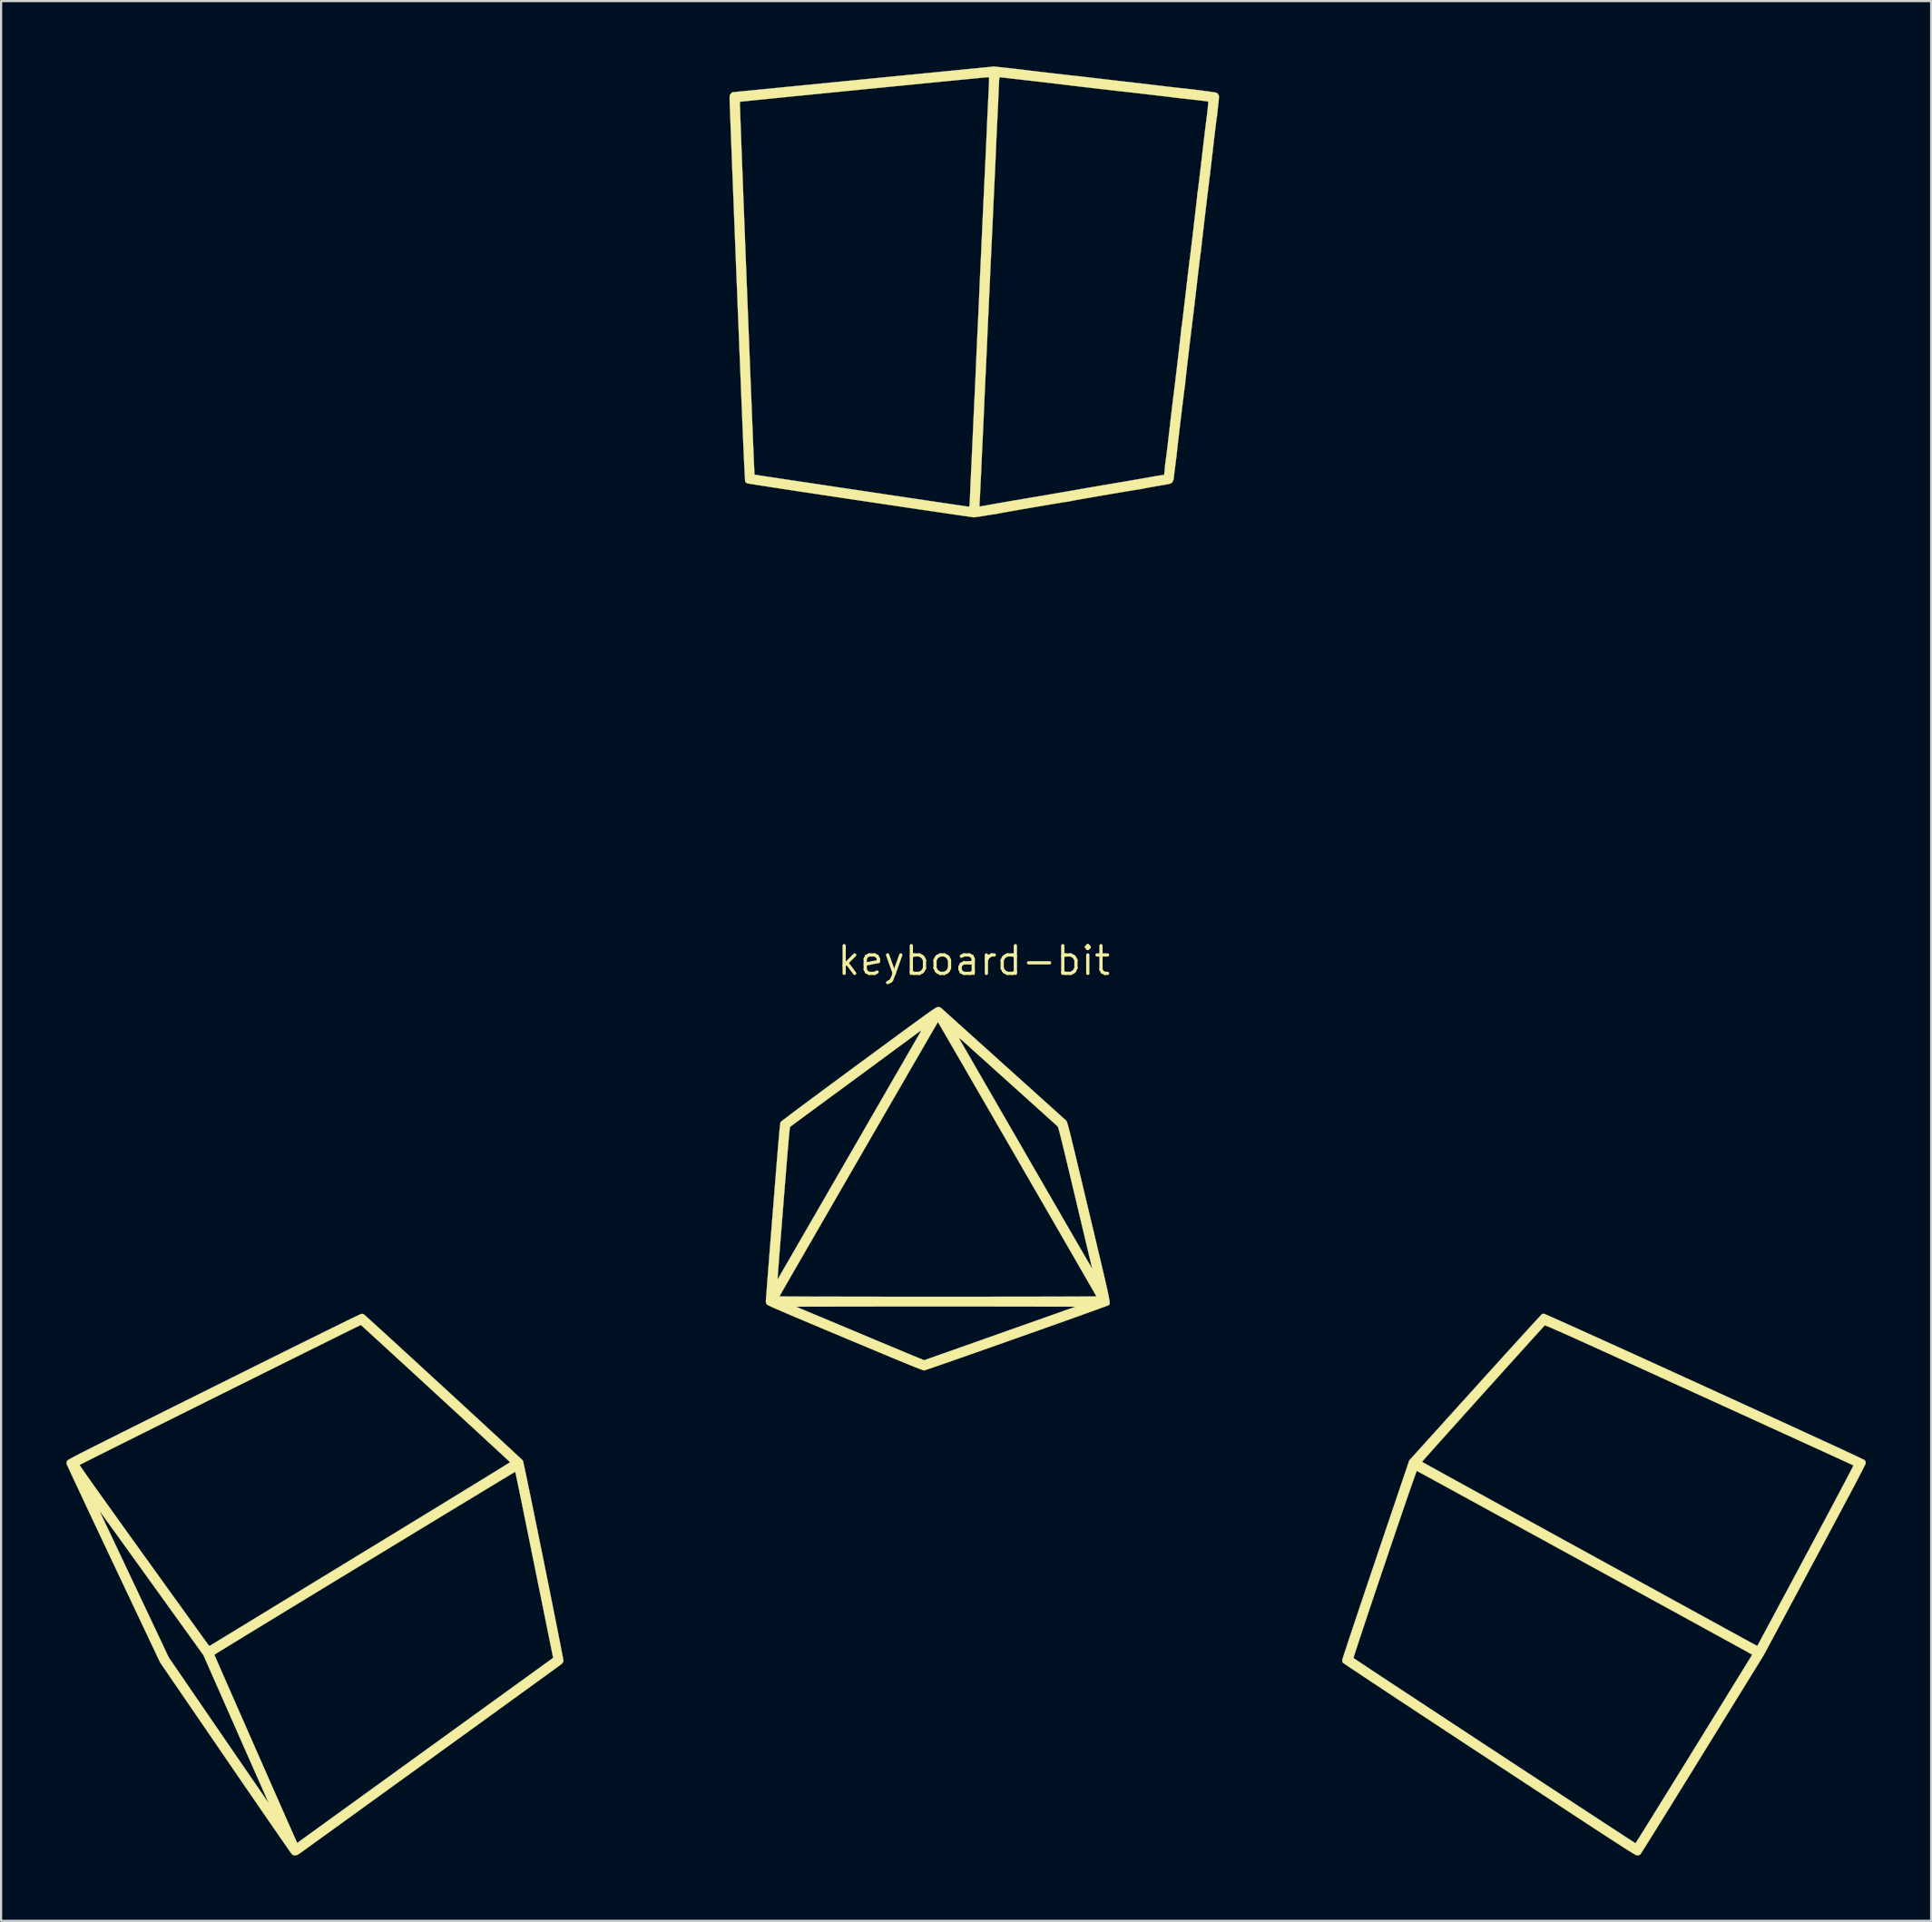
<source format=kicad_pcb>
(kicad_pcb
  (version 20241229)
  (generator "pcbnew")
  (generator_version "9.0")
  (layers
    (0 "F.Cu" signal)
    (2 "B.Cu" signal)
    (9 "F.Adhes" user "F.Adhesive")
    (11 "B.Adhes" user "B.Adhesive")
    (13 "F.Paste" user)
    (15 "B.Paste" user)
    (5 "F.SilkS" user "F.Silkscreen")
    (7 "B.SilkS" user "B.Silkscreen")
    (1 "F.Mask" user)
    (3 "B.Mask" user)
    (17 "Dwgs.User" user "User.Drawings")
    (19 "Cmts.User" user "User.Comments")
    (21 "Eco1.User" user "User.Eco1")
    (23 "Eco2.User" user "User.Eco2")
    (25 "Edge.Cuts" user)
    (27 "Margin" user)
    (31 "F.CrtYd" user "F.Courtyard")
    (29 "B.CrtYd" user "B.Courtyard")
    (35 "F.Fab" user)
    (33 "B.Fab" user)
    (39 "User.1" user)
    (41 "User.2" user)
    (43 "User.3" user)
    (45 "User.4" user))
  (footprint "keyboard-bit"
    (layer "F.Cu")
    (at 41.673 41.07)
    (property "Reference" "keyboard-bit" (at 0 0 0) (layer "F.SilkS") (effects (font (size 1.27 1.27) (thickness 0.15))))
    (attr through_hole)
    (fp_poly (pts (xy 26.209 16.222) (xy 26.27 16.248) (xy 26.367 16.29) (xy 26.497 16.347) (xy 26.66 16.419) (xy 26.852 16.505) (xy 27.074 16.604) (xy 27.322 16.716) (xy 27.596 16.839) (xy 27.894 16.974) (xy 28.215 17.119) (xy 28.556 17.273) (xy 28.916 17.436) (xy 29.293 17.607) (xy 29.686 17.785) (xy 30.093 17.97) (xy 30.513 18.161) (xy 30.944 18.357) (xy 31.384 18.557) (xy 31.832 18.761) (xy 32.285 18.968) (xy 32.744 19.177) (xy 33.205 19.387) (xy 33.667 19.598) (xy 34.129 19.809) (xy 34.588 20.019) (xy 35.045 20.228) (xy 35.495 20.434) (xy 35.939 20.637) (xy 36.375 20.836) (xy 36.8 21.031) (xy 37.214 21.221) (xy 37.614 21.404) (xy 37.999 21.581) (xy 38.367 21.751) (xy 38.718 21.912) (xy 39.048 22.064) (xy 39.357 22.206) (xy 39.643 22.338) (xy 39.904 22.459) (xy 40.138 22.568) (xy 40.345 22.665) (xy 40.522 22.747) (xy 40.668 22.816) (xy 40.781 22.87) (xy 40.86 22.908) (xy 40.902 22.93) (xy 40.91 22.935) (xy 40.95 23.011) (xy 40.958 23.064) (xy 40.954 23.08) (xy 40.941 23.11) (xy 40.921 23.157) (xy 40.89 23.22) (xy 40.85 23.302) (xy 40.798 23.403) (xy 40.736 23.525) (xy 40.661 23.669) (xy 40.574 23.836) (xy 40.474 24.027) (xy 40.359 24.243) (xy 40.231 24.486) (xy 40.087 24.757) (xy 39.927 25.057) (xy 39.752 25.387) (xy 39.559 25.749) (xy 39.348 26.143) (xy 39.12 26.571) (xy 38.872 27.033) (xy 38.615 27.513) (xy 36.273 31.888) (xy 33.458 36.449) (xy 33.209 36.852) (xy 32.966 37.247) (xy 32.729 37.63) (xy 32.499 38.001) (xy 32.278 38.358) (xy 32.067 38.7) (xy 31.865 39.025) (xy 31.675 39.331) (xy 31.497 39.617) (xy 31.332 39.882) (xy 31.182 40.124) (xy 31.046 40.341) (xy 30.927 40.532) (xy 30.824 40.695) (xy 30.74 40.83) (xy 30.674 40.933) (xy 30.628 41.004) (xy 30.603 41.042) (xy 30.599 41.047) (xy 30.537 41.075) (xy 30.459 41.083) (xy 30.449 41.082) (xy 30.438 41.079) (xy 30.422 41.073) (xy 30.402 41.065) (xy 30.376 41.052) (xy 30.344 41.034) (xy 30.303 41.011) (xy 30.254 40.982) (xy 30.195 40.947) (xy 30.125 40.903) (xy 30.043 40.852) (xy 29.948 40.792) (xy 29.838 40.722) (xy 29.713 40.642) (xy 29.572 40.551) (xy 29.414 40.449) (xy 29.237 40.334) (xy 29.041 40.207) (xy 28.824 40.065) (xy 28.586 39.91) (xy 28.325 39.739) (xy 28.04 39.553) (xy 27.731 39.35) (xy 27.395 39.13) (xy 27.033 38.892) (xy 26.643 38.636) (xy 26.224 38.361) (xy 25.774 38.066) (xy 25.294 37.75) (xy 24.781 37.414) (xy 24.235 37.055) (xy 23.665 36.68) (xy 23.175 36.358) (xy 22.695 36.043) (xy 22.226 35.734) (xy 21.768 35.433) (xy 21.324 35.14) (xy 20.894 34.857) (xy 20.479 34.583) (xy 20.082 34.321) (xy 19.702 34.07) (xy 19.341 33.832) (xy 19.001 33.607) (xy 18.682 33.396) (xy 18.386 33.2) (xy 18.114 33.02) (xy 17.867 32.856) (xy 17.647 32.709) (xy 17.454 32.581) (xy 17.29 32.471) (xy 17.156 32.381) (xy 17.053 32.311) (xy 16.983 32.263) (xy 16.946 32.236) (xy 16.94 32.231) (xy 16.92 32.174) (xy 16.913 32.12) (xy 16.92 32.095) (xy 16.939 32.031) (xy 16.942 32.021) (xy 17.434 32.021) (xy 17.453 32.035) (xy 17.506 32.071) (xy 17.592 32.128) (xy 17.708 32.206) (xy 17.853 32.303) (xy 18.026 32.417) (xy 18.225 32.549) (xy 18.449 32.698) (xy 18.697 32.861) (xy 18.966 33.039) (xy 19.255 33.23) (xy 19.563 33.433) (xy 19.889 33.647) (xy 20.23 33.872) (xy 20.585 34.105) (xy 20.953 34.347) (xy 21.332 34.597) (xy 21.72 34.852) (xy 22.117 35.113) (xy 22.52 35.378) (xy 22.929 35.647) (xy 23.341 35.918) (xy 23.755 36.19) (xy 24.17 36.462) (xy 24.583 36.734) (xy 24.995 37.004) (xy 25.402 37.271) (xy 25.804 37.534) (xy 26.198 37.793) (xy 26.585 38.047) (xy 26.961 38.293) (xy 27.326 38.532) (xy 27.677 38.763) (xy 28.015 38.984) (xy 28.336 39.194) (xy 28.639 39.392) (xy 28.923 39.578) (xy 29.187 39.75) (xy 29.429 39.908) (xy 29.647 40.05) (xy 29.839 40.176) (xy 30.006 40.284) (xy 30.143 40.373) (xy 30.252 40.443) (xy 30.329 40.492) (xy 30.373 40.52) (xy 30.384 40.526) (xy 30.397 40.508) (xy 30.431 40.455) (xy 30.485 40.369) (xy 30.559 40.252) (xy 30.651 40.106) (xy 30.76 39.931) (xy 30.886 39.729) (xy 31.027 39.502) (xy 31.183 39.252) (xy 31.352 38.979) (xy 31.534 38.686) (xy 31.727 38.374) (xy 31.931 38.045) (xy 32.144 37.701) (xy 32.366 37.342) (xy 32.596 36.97) (xy 32.833 36.587) (xy 33.075 36.195) (xy 33.076 36.194) (xy 33.318 35.801) (xy 33.554 35.419) (xy 33.783 35.047) (xy 34.005 34.688) (xy 34.217 34.344) (xy 34.42 34.015) (xy 34.612 33.703) (xy 34.793 33.41) (xy 34.961 33.138) (xy 35.115 32.888) (xy 35.254 32.661) (xy 35.379 32.459) (xy 35.486 32.284) (xy 35.576 32.138) (xy 35.648 32.021) (xy 35.701 31.935) (xy 35.733 31.882) (xy 35.744 31.864) (xy 35.744 31.864) (xy 35.723 31.853) (xy 35.667 31.822) (xy 35.577 31.772) (xy 35.454 31.704) (xy 35.301 31.62) (xy 35.117 31.519) (xy 34.905 31.403) (xy 34.667 31.272) (xy 34.404 31.128) (xy 34.117 30.97) (xy 33.808 30.801) (xy 33.478 30.62) (xy 33.129 30.428) (xy 32.762 30.227) (xy 32.379 30.017) (xy 31.981 29.799) (xy 31.57 29.574) (xy 31.147 29.342) (xy 30.714 29.105) (xy 30.273 28.863) (xy 29.824 28.617) (xy 29.369 28.368) (xy 28.91 28.117) (xy 28.448 27.864) (xy 27.985 27.61) (xy 27.522 27.356) (xy 27.06 27.104) (xy 26.602 26.853) (xy 26.149 26.604) (xy 25.701 26.359) (xy 25.262 26.119) (xy 24.831 25.883) (xy 24.411 25.653) (xy 24.003 25.43) (xy 23.609 25.214) (xy 23.23 25.006) (xy 22.867 24.808) (xy 22.523 24.619) (xy 22.198 24.441) (xy 21.894 24.275) (xy 21.613 24.121) (xy 21.355 23.981) (xy 21.124 23.854) (xy 20.919 23.742) (xy 20.743 23.646) (xy 20.596 23.566) (xy 20.481 23.503) (xy 20.4 23.459) (xy 20.352 23.433) (xy 20.34 23.427) (xy 20.331 23.446) (xy 20.309 23.503) (xy 20.275 23.595) (xy 20.23 23.721) (xy 20.174 23.879) (xy 20.109 24.065) (xy 20.035 24.278) (xy 19.953 24.515) (xy 19.863 24.775) (xy 19.767 25.055) (xy 19.665 25.352) (xy 19.559 25.665) (xy 19.447 25.992) (xy 19.332 26.329) (xy 19.215 26.675) (xy 19.095 27.028) (xy 18.974 27.385) (xy 18.853 27.745) (xy 18.731 28.104) (xy 18.611 28.461) (xy 18.492 28.813) (xy 18.376 29.158) (xy 18.263 29.494) (xy 18.154 29.819) (xy 18.05 30.131) (xy 17.952 30.426) (xy 17.859 30.704) (xy 17.774 30.961) (xy 17.696 31.196) (xy 17.627 31.406) (xy 17.568 31.589) (xy 17.518 31.743) (xy 17.479 31.865) (xy 17.452 31.954) (xy 17.437 32.006) (xy 17.434 32.021) (xy 16.942 32.021) (xy 16.971 31.93) (xy 17.015 31.795) (xy 17.07 31.627) (xy 17.136 31.428) (xy 17.211 31.2) (xy 17.296 30.944) (xy 17.39 30.663) (xy 17.492 30.358) (xy 17.601 30.031) (xy 17.717 29.684) (xy 17.84 29.319) (xy 17.968 28.937) (xy 18.102 28.541) (xy 18.24 28.131) (xy 18.382 27.711) (xy 18.452 27.503) (xy 19.971 23.011) (xy 20.578 23.011) (xy 20.597 23.022) (xy 20.651 23.052) (xy 20.74 23.102) (xy 20.861 23.169) (xy 21.013 23.253) (xy 21.195 23.353) (xy 21.405 23.469) (xy 21.641 23.6) (xy 21.903 23.744) (xy 22.189 23.901) (xy 22.497 24.071) (xy 22.825 24.252) (xy 23.173 24.443) (xy 23.539 24.644) (xy 23.92 24.854) (xy 24.317 25.072) (xy 24.727 25.298) (xy 25.149 25.53) (xy 25.581 25.767) (xy 26.022 26.009) (xy 26.47 26.256) (xy 26.924 26.505) (xy 27.382 26.757) (xy 27.844 27.01) (xy 28.307 27.264) (xy 28.769 27.518) (xy 29.23 27.772) (xy 29.688 28.023) (xy 30.142 28.272) (xy 30.589 28.517) (xy 31.029 28.759) (xy 31.46 28.995) (xy 31.88 29.226) (xy 32.288 29.45) (xy 32.683 29.666) (xy 33.063 29.875) (xy 33.427 30.074) (xy 33.772 30.263) (xy 34.098 30.442) (xy 34.403 30.609) (xy 34.686 30.764) (xy 34.945 30.905) (xy 35.178 31.033) (xy 35.384 31.146) (xy 35.563 31.243) (xy 35.711 31.324) (xy 35.828 31.387) (xy 35.912 31.433) (xy 35.962 31.459) (xy 35.976 31.467) (xy 35.986 31.448) (xy 36.015 31.394) (xy 36.063 31.306) (xy 36.127 31.185) (xy 36.208 31.034) (xy 36.305 30.854) (xy 36.416 30.647) (xy 36.541 30.414) (xy 36.679 30.157) (xy 36.828 29.878) (xy 36.988 29.579) (xy 37.159 29.26) (xy 37.339 28.925) (xy 37.527 28.574) (xy 37.722 28.209) (xy 37.924 27.832) (xy 38.131 27.445) (xy 38.194 27.328) (xy 38.403 26.938) (xy 38.606 26.557) (xy 38.803 26.189) (xy 38.993 25.833) (xy 39.174 25.492) (xy 39.347 25.168) (xy 39.509 24.862) (xy 39.661 24.576) (xy 39.801 24.312) (xy 39.929 24.071) (xy 40.042 23.855) (xy 40.142 23.666) (xy 40.226 23.505) (xy 40.294 23.374) (xy 40.345 23.275) (xy 40.378 23.209) (xy 40.392 23.179) (xy 40.392 23.177) (xy 40.372 23.167) (xy 40.314 23.14) (xy 40.221 23.097) (xy 40.093 23.038) (xy 39.933 22.964) (xy 39.74 22.876) (xy 39.517 22.774) (xy 39.265 22.659) (xy 38.985 22.53) (xy 38.679 22.39) (xy 38.348 22.239) (xy 37.993 22.077) (xy 37.616 21.904) (xy 37.217 21.723) (xy 36.8 21.532) (xy 36.364 21.333) (xy 35.911 21.126) (xy 35.442 20.912) (xy 34.959 20.692) (xy 34.464 20.466) (xy 33.957 20.234) (xy 33.44 19.998) (xy 33.309 19.939) (xy 32.677 19.651) (xy 32.082 19.38) (xy 31.524 19.125) (xy 31.001 18.887) (xy 30.512 18.664) (xy 30.056 18.457) (xy 29.633 18.264) (xy 29.24 18.085) (xy 28.877 17.921) (xy 28.543 17.769) (xy 28.236 17.63) (xy 27.956 17.503) (xy 27.702 17.389) (xy 27.472 17.285) (xy 27.265 17.192) (xy 27.081 17.11) (xy 26.918 17.037) (xy 26.775 16.974) (xy 26.651 16.92) (xy 26.545 16.874) (xy 26.456 16.835) (xy 26.383 16.805) (xy 26.325 16.781) (xy 26.28 16.763) (xy 26.248 16.752) (xy 26.227 16.746) (xy 26.217 16.745) (xy 26.215 16.746) (xy 26.171 16.793) (xy 26.103 16.868) (xy 26.011 16.969) (xy 25.897 17.094) (xy 25.763 17.241) (xy 25.612 17.409) (xy 25.443 17.595) (xy 25.26 17.798) (xy 25.063 18.016) (xy 24.854 18.248) (xy 24.635 18.49) (xy 24.408 18.742) (xy 24.174 19.002) (xy 23.935 19.267) (xy 23.692 19.537) (xy 23.447 19.809) (xy 23.202 20.081) (xy 22.959 20.352) (xy 22.718 20.62) (xy 22.482 20.882) (xy 22.252 21.138) (xy 22.031 21.385) (xy 21.818 21.621) (xy 21.617 21.846) (xy 21.429 22.055) (xy 21.255 22.249) (xy 21.098 22.426) (xy 20.958 22.582) (xy 20.837 22.717) (xy 20.738 22.829) (xy 20.661 22.916) (xy 20.608 22.976) (xy 20.582 23.007) (xy 20.578 23.011) (xy 19.971 23.011) (xy 19.992 22.948) (xy 23.024 19.594) (xy 23.315 19.271) (xy 23.599 18.957) (xy 23.875 18.653) (xy 24.141 18.36) (xy 24.395 18.079) (xy 24.637 17.813) (xy 24.865 17.562) (xy 25.078 17.328) (xy 25.274 17.112) (xy 25.452 16.917) (xy 25.611 16.743) (xy 25.75 16.591) (xy 25.867 16.464) (xy 25.96 16.363) (xy 26.029 16.288) (xy 26.073 16.242) (xy 26.089 16.227) (xy 26.135 16.217) (xy 26.184 16.214) (xy 26.209 16.222)) (stroke (width 0.01) (type solid)) (fill yes) (layer "F.SilkS"))
    (fp_poly (pts (xy -28.057 16.224) (xy -28.011 16.241) (xy -27.99 16.258) (xy -27.941 16.302) (xy -27.863 16.372) (xy -27.76 16.465) (xy -27.632 16.582) (xy -27.481 16.719) (xy -27.31 16.875) (xy -27.119 17.05) (xy -26.91 17.241) (xy -26.685 17.447) (xy -26.446 17.666) (xy -26.195 17.896) (xy -25.932 18.137) (xy -25.66 18.386) (xy -25.381 18.643) (xy -25.096 18.905) (xy -24.806 19.171) (xy -24.514 19.44) (xy -24.221 19.709) (xy -23.929 19.978) (xy -23.639 20.244) (xy -23.354 20.507) (xy -23.074 20.765) (xy -22.802 21.015) (xy -22.539 21.258) (xy -22.287 21.49) (xy -22.047 21.711) (xy -21.822 21.919) (xy -21.613 22.113) (xy -21.421 22.29) (xy -21.248 22.45) (xy -21.097 22.591) (xy -20.968 22.711) (xy -20.863 22.808) (xy -20.784 22.882) (xy -20.733 22.931) (xy -20.712 22.952) (xy -20.711 22.953) (xy -20.704 22.979) (xy -20.688 23.044) (xy -20.665 23.146) (xy -20.636 23.283) (xy -20.6 23.452) (xy -20.558 23.651) (xy -20.51 23.878) (xy -20.458 24.13) (xy -20.401 24.405) (xy -20.34 24.701) (xy -20.275 25.016) (xy -20.207 25.346) (xy -20.137 25.691) (xy -20.064 26.047) (xy -19.989 26.413) (xy -19.914 26.786) (xy -19.837 27.163) (xy -19.76 27.543) (xy -19.684 27.922) (xy -19.607 28.3) (xy -19.532 28.673) (xy -19.459 29.039) (xy -19.387 29.397) (xy -19.318 29.742) (xy -19.252 30.074) (xy -19.189 30.39) (xy -19.13 30.688) (xy -19.075 30.965) (xy -19.025 31.219) (xy -18.98 31.448) (xy -18.941 31.65) (xy -18.909 31.822) (xy -18.882 31.961) (xy -18.863 32.066) (xy -18.852 32.135) (xy -18.848 32.164) (xy -18.848 32.164) (xy -18.872 32.224) (xy -18.914 32.279) (xy -18.918 32.283) (xy -18.94 32.3) (xy -18.996 32.341) (xy -19.085 32.406) (xy -19.208 32.496) (xy -19.362 32.608) (xy -19.549 32.744) (xy -19.768 32.903) (xy -20.018 33.084) (xy -20.299 33.288) (xy -20.61 33.513) (xy -20.951 33.76) (xy -21.321 34.029) (xy -21.721 34.318) (xy -22.149 34.628) (xy -22.605 34.958) (xy -23.089 35.308) (xy -23.601 35.678) (xy -24.139 36.067) (xy -24.703 36.475) (xy -25.293 36.902) (xy -25.909 37.347) (xy -26.55 37.81) (xy -27.216 38.291) (xy -27.906 38.79) (xy -28.619 39.305) (xy -29.356 39.838) (xy -30.116 40.386) (xy -30.765 40.856) (xy -30.879 40.938) (xy -30.966 40.997) (xy -31.03 41.039) (xy -31.079 41.064) (xy -31.117 41.078) (xy -31.152 41.084) (xy -31.171 41.084) (xy -31.257 41.072) (xy -31.314 41.037) (xy -31.331 41.015) (xy -31.37 40.96) (xy -31.432 40.874) (xy -31.514 40.756) (xy -31.616 40.61) (xy -31.736 40.436) (xy -31.874 40.237) (xy -32.029 40.012) (xy -32.2 39.765) (xy -32.385 39.497) (xy -32.584 39.208) (xy -32.795 38.901) (xy -33.018 38.577) (xy -33.251 38.238) (xy -33.494 37.885) (xy -33.745 37.519) (xy -34.003 37.142) (xy -34.268 36.756) (xy -34.369 36.608) (xy -37.37 32.226) (xy -39.513 27.692) (xy -39.709 27.278) (xy -39.901 26.873) (xy -40.086 26.479) (xy -40.265 26.099) (xy -40.438 25.734) (xy -40.602 25.385) (xy -40.649 25.285) (xy -40.143 25.285) (xy -40.131 25.316) (xy -40.126 25.326) (xy -40.114 25.352) (xy -40.084 25.414) (xy -40.039 25.51) (xy -39.978 25.638) (xy -39.903 25.797) (xy -39.814 25.984) (xy -39.713 26.197) (xy -39.601 26.435) (xy -39.478 26.695) (xy -39.345 26.975) (xy -39.204 27.273) (xy -39.056 27.588) (xy -38.9 27.917) (xy -38.739 28.258) (xy -38.573 28.61) (xy -38.534 28.691) (xy -36.974 31.993) (xy -34.686 35.332) (xy -34.453 35.671) (xy -34.228 36.001) (xy -34.009 36.319) (xy -33.8 36.624) (xy -33.6 36.915) (xy -33.412 37.189) (xy -33.235 37.446) (xy -33.072 37.683) (xy -32.924 37.899) (xy -32.791 38.092) (xy -32.676 38.26) (xy -32.578 38.402) (xy -32.499 38.515) (xy -32.441 38.599) (xy -32.404 38.652) (xy -32.39 38.671) (xy -32.39 38.672) (xy -32.391 38.658) (xy -32.395 38.651) (xy -32.405 38.629) (xy -32.431 38.571) (xy -32.472 38.479) (xy -32.528 38.353) (xy -32.597 38.197) (xy -32.68 38.011) (xy -32.773 37.799) (xy -32.878 37.562) (xy -32.993 37.303) (xy -33.117 37.022) (xy -33.249 36.722) (xy -33.389 36.406) (xy -33.536 36.074) (xy -33.688 35.729) (xy -33.844 35.374) (xy -33.895 35.259) (xy -35.382 31.888) (xy -35.396 31.868) (xy -34.879 31.868) (xy -34.871 31.887) (xy -34.847 31.943) (xy -34.808 32.034) (xy -34.755 32.157) (xy -34.688 32.31) (xy -34.608 32.491) (xy -34.518 32.698) (xy -34.417 32.929) (xy -34.306 33.182) (xy -34.186 33.454) (xy -34.059 33.743) (xy -33.925 34.048) (xy -33.786 34.367) (xy -33.641 34.696) (xy -33.492 35.034) (xy -33.341 35.379) (xy -33.187 35.728) (xy -33.032 36.08) (xy -32.877 36.433) (xy -32.722 36.784) (xy -32.57 37.131) (xy -32.42 37.472) (xy -32.273 37.805) (xy -32.131 38.127) (xy -31.994 38.438) (xy -31.864 38.733) (xy -31.741 39.013) (xy -31.626 39.273) (xy -31.52 39.513) (xy -31.424 39.729) (xy -31.34 39.92) (xy -31.267 40.084) (xy -31.207 40.219) (xy -31.161 40.322) (xy -31.135 40.382) (xy -31.075 40.515) (xy -30.931 40.41) (xy -30.903 40.39) (xy -30.841 40.346) (xy -30.748 40.278) (xy -30.625 40.189) (xy -30.473 40.079) (xy -30.293 39.949) (xy -30.086 39.799) (xy -29.854 39.632) (xy -29.599 39.447) (xy -29.321 39.245) (xy -29.021 39.029) (xy -28.702 38.798) (xy -28.364 38.553) (xy -28.008 38.296) (xy -27.637 38.028) (xy -27.251 37.749) (xy -26.851 37.46) (xy -26.44 37.162) (xy -26.017 36.857) (xy -25.585 36.544) (xy -25.145 36.226) (xy -25.113 36.202) (xy -24.673 35.885) (xy -24.242 35.573) (xy -23.821 35.268) (xy -23.41 34.971) (xy -23.013 34.684) (xy -22.629 34.406) (xy -22.26 34.139) (xy -21.907 33.884) (xy -21.571 33.641) (xy -21.255 33.412) (xy -20.959 33.198) (xy -20.683 32.999) (xy -20.431 32.817) (xy -20.203 32.651) (xy -19.999 32.504) (xy -19.822 32.376) (xy -19.673 32.268) (xy -19.553 32.182) (xy -19.464 32.117) (xy -19.406 32.075) (xy -19.381 32.056) (xy -19.38 32.056) (xy -19.321 32.012) (xy -20.184 27.748) (xy -20.269 27.331) (xy -20.351 26.924) (xy -20.431 26.53) (xy -20.508 26.151) (xy -20.582 25.789) (xy -20.652 25.446) (xy -20.717 25.124) (xy -20.779 24.824) (xy -20.835 24.549) (xy -20.886 24.3) (xy -20.932 24.081) (xy -20.971 23.891) (xy -21.003 23.734) (xy -21.029 23.611) (xy -21.048 23.525) (xy -21.059 23.477) (xy -21.061 23.467) (xy -21.08 23.478) (xy -21.133 23.509) (xy -21.219 23.56) (xy -21.337 23.631) (xy -21.485 23.72) (xy -21.661 23.826) (xy -21.865 23.949) (xy -22.094 24.088) (xy -22.347 24.241) (xy -22.623 24.408) (xy -22.92 24.588) (xy -23.236 24.78) (xy -23.571 24.983) (xy -23.922 25.195) (xy -24.288 25.417) (xy -24.667 25.648) (xy -25.058 25.885) (xy -25.46 26.129) (xy -25.871 26.379) (xy -26.289 26.633) (xy -26.713 26.89) (xy -27.142 27.151) (xy -27.573 27.413) (xy -28.006 27.676) (xy -28.438 27.939) (xy -28.869 28.201) (xy -29.297 28.461) (xy -29.721 28.719) (xy -30.138 28.973) (xy -30.547 29.222) (xy -30.947 29.465) (xy -31.337 29.703) (xy -31.714 29.932) (xy -32.077 30.154) (xy -32.426 30.366) (xy -32.757 30.568) (xy -33.071 30.759) (xy -33.364 30.938) (xy -33.636 31.105) (xy -33.886 31.257) (xy -34.111 31.395) (xy -34.31 31.517) (xy -34.482 31.622) (xy -34.625 31.71) (xy -34.738 31.779) (xy -34.819 31.83) (xy -34.867 31.86) (xy -34.879 31.868) (xy -35.396 31.868) (xy -37.75 28.596) (xy -37.99 28.262) (xy -38.224 27.937) (xy -38.45 27.623) (xy -38.667 27.322) (xy -38.874 27.034) (xy -39.07 26.762) (xy -39.253 26.508) (xy -39.422 26.273) (xy -39.577 26.059) (xy -39.715 25.867) (xy -39.836 25.7) (xy -39.938 25.558) (xy -40.021 25.444) (xy -40.082 25.359) (xy -40.122 25.305) (xy -40.138 25.284) (xy -40.138 25.284) (xy -40.143 25.285) (xy -40.649 25.285) (xy -40.758 25.054) (xy -40.904 24.743) (xy -41.039 24.453) (xy -41.164 24.187) (xy -41.277 23.946) (xy -41.377 23.731) (xy -41.464 23.545) (xy -41.536 23.389) (xy -41.594 23.265) (xy -41.635 23.174) (xy -41.644 23.155) (xy -41.07 23.155) (xy -41.06 23.173) (xy -41.025 23.225) (xy -40.968 23.309) (xy -40.889 23.423) (xy -40.788 23.567) (xy -40.667 23.739) (xy -40.526 23.938) (xy -40.367 24.163) (xy -40.189 24.412) (xy -39.995 24.684) (xy -39.785 24.978) (xy -39.56 25.293) (xy -39.321 25.628) (xy -39.068 25.981) (xy -38.802 26.351) (xy -38.525 26.737) (xy -38.237 27.137) (xy -38.152 27.255) (xy -37.884 27.628) (xy -37.622 27.993) (xy -37.367 28.347) (xy -37.121 28.69) (xy -36.884 29.019) (xy -36.657 29.334) (xy -36.442 29.632) (xy -36.24 29.913) (xy -36.052 30.174) (xy -35.879 30.415) (xy -35.722 30.633) (xy -35.582 30.828) (xy -35.46 30.996) (xy -35.358 31.139) (xy -35.276 31.252) (xy -35.216 31.336) (xy -35.178 31.388) (xy -35.165 31.406) (xy -35.121 31.452) (xy -35.088 31.461) (xy -35.086 31.459) (xy -35.066 31.447) (xy -35.011 31.414) (xy -34.923 31.36) (xy -34.802 31.286) (xy -34.65 31.194) (xy -34.469 31.083) (xy -34.258 30.954) (xy -34.02 30.809) (xy -33.756 30.648) (xy -33.467 30.472) (xy -33.154 30.281) (xy -32.819 30.077) (xy -32.463 29.859) (xy -32.087 29.63) (xy -31.692 29.389) (xy -31.279 29.137) (xy -30.851 28.876) (xy -30.407 28.605) (xy -29.95 28.326) (xy -29.48 28.04) (xy -28.999 27.747) (xy -28.508 27.447) (xy -28.176 27.244) (xy -27.679 26.941) (xy -27.192 26.644) (xy -26.715 26.353) (xy -26.25 26.069) (xy -25.798 25.792) (xy -25.36 25.525) (xy -24.938 25.267) (xy -24.532 25.019) (xy -24.145 24.782) (xy -23.776 24.556) (xy -23.429 24.343) (xy -23.102 24.143) (xy -22.799 23.957) (xy -22.52 23.786) (xy -22.266 23.63) (xy -22.039 23.49) (xy -21.84 23.367) (xy -21.67 23.262) (xy -21.531 23.176) (xy -21.422 23.109) (xy -21.347 23.061) (xy -21.306 23.035) (xy -21.298 23.029) (xy -21.314 23.013) (xy -21.359 22.971) (xy -21.433 22.903) (xy -21.532 22.811) (xy -21.655 22.696) (xy -21.801 22.561) (xy -21.968 22.407) (xy -22.154 22.236) (xy -22.358 22.048) (xy -22.577 21.846) (xy -22.81 21.631) (xy -23.055 21.405) (xy -23.311 21.169) (xy -23.576 20.925) (xy -23.848 20.675) (xy -24.125 20.42) (xy -24.406 20.162) (xy -24.689 19.901) (xy -24.972 19.641) (xy -25.254 19.382) (xy -25.532 19.126) (xy -25.806 18.875) (xy -26.072 18.63) (xy -26.331 18.393) (xy -26.579 18.165) (xy -26.816 17.948) (xy -27.038 17.743) (xy -27.246 17.553) (xy -27.437 17.378) (xy -27.609 17.221) (xy -27.76 17.082) (xy -27.89 16.964) (xy -27.995 16.868) (xy -28.075 16.795) (xy -28.128 16.747) (xy -28.151 16.727) (xy -28.152 16.726) (xy -28.172 16.735) (xy -28.228 16.762) (xy -28.319 16.806) (xy -28.442 16.866) (xy -28.597 16.943) (xy -28.781 17.033) (xy -28.993 17.138) (xy -29.231 17.256) (xy -29.493 17.386) (xy -29.778 17.527) (xy -30.084 17.679) (xy -30.41 17.841) (xy -30.754 18.011) (xy -31.113 18.19) (xy -31.487 18.375) (xy -31.874 18.567) (xy -32.271 18.765) (xy -32.678 18.967) (xy -33.093 19.174) (xy -33.514 19.383) (xy -33.939 19.594) (xy -34.366 19.807) (xy -34.795 20.02) (xy -35.223 20.233) (xy -35.648 20.445) (xy -36.07 20.655) (xy -36.485 20.862) (xy -36.894 21.065) (xy -37.293 21.264) (xy -37.681 21.458) (xy -38.057 21.645) (xy -38.419 21.825) (xy -38.764 21.998) (xy -39.093 22.162) (xy -39.402 22.316) (xy -39.69 22.46) (xy -39.956 22.593) (xy -40.198 22.714) (xy -40.413 22.822) (xy -40.601 22.917) (xy -40.76 22.997) (xy -40.888 23.061) (xy -40.983 23.109) (xy -41.044 23.141) (xy -41.069 23.154) (xy -41.07 23.155) (xy -41.644 23.155) (xy -41.66 23.118) (xy -41.668 23.099) (xy -41.664 23.031) (xy -41.641 22.968) (xy -41.636 22.961) (xy -41.627 22.952) (xy -41.613 22.94) (xy -41.592 22.926) (xy -41.564 22.909) (xy -41.528 22.887) (xy -41.482 22.861) (xy -41.424 22.83) (xy -41.355 22.792) (xy -41.273 22.749) (xy -41.176 22.698) (xy -41.063 22.64) (xy -40.934 22.574) (xy -40.787 22.499) (xy -40.621 22.415) (xy -40.434 22.321) (xy -40.227 22.216) (xy -39.997 22.101) (xy -39.743 21.973) (xy -39.464 21.834) (xy -39.159 21.681) (xy -38.827 21.516) (xy -38.467 21.336) (xy -38.077 21.141) (xy -37.657 20.932) (xy -37.205 20.706) (xy -36.72 20.465) (xy -36.201 20.206) (xy -35.646 19.93) (xy -35.055 19.636) (xy -34.893 19.555) (xy -34.201 19.211) (xy -33.547 18.885) (xy -32.931 18.579) (xy -32.352 18.291) (xy -31.81 18.022) (xy -31.306 17.772) (xy -30.84 17.541) (xy -30.41 17.329) (xy -30.018 17.135) (xy -29.663 16.96) (xy -29.345 16.803) (xy -29.063 16.665) (xy -28.819 16.545) (xy -28.611 16.444) (xy -28.44 16.362) (xy -28.305 16.297) (xy -28.207 16.252) (xy -28.145 16.224) (xy -28.12 16.215) (xy -28.12 16.215) (xy -28.057 16.224)) (stroke (width 0.01) (type solid)) (fill yes) (layer "F.SilkS"))
    (fp_poly (pts (xy -1.575 2.133) (xy -1.521 2.157) (xy -1.478 2.193) (xy -1.455 2.214) (xy -1.402 2.261) (xy -1.321 2.335) (xy -1.213 2.432) (xy -1.081 2.551) (xy -0.925 2.692) (xy -0.748 2.851) (xy -0.55 3.029) (xy -0.334 3.224) (xy -0.102 3.433) (xy 0.146 3.656) (xy 0.407 3.892) (xy 0.681 4.137) (xy 0.964 4.393) (xy 1.256 4.655) (xy 1.386 4.773) (xy 1.681 5.038) (xy 1.968 5.297) (xy 2.246 5.547) (xy 2.512 5.786) (xy 2.766 6.014) (xy 3.004 6.23) (xy 3.227 6.43) (xy 3.432 6.615) (xy 3.618 6.782) (xy 3.783 6.931) (xy 3.925 7.059) (xy 4.042 7.165) (xy 4.134 7.248) (xy 4.199 7.307) (xy 4.234 7.339) (xy 4.24 7.344) (xy 4.248 7.353) (xy 4.255 7.365) (xy 4.264 7.382) (xy 4.274 7.406) (xy 4.286 7.439) (xy 4.299 7.482) (xy 4.316 7.538) (xy 4.335 7.607) (xy 4.357 7.692) (xy 4.384 7.794) (xy 4.415 7.915) (xy 4.45 8.057) (xy 4.49 8.221) (xy 4.536 8.408) (xy 4.588 8.622) (xy 4.646 8.863) (xy 4.711 9.133) (xy 4.783 9.434) (xy 4.863 9.767) (xy 4.951 10.134) (xy 5.047 10.538) (xy 5.152 10.979) (xy 5.267 11.459) (xy 5.283 11.527) (xy 5.399 12.016) (xy 5.507 12.466) (xy 5.605 12.879) (xy 5.694 13.255) (xy 5.776 13.597) (xy 5.849 13.906) (xy 5.914 14.184) (xy 5.973 14.432) (xy 6.024 14.653) (xy 6.069 14.849) (xy 6.108 15.019) (xy 6.14 15.167) (xy 6.168 15.295) (xy 6.19 15.403) (xy 6.207 15.493) (xy 6.22 15.568) (xy 6.229 15.629) (xy 6.234 15.677) (xy 6.236 15.714) (xy 6.235 15.743) (xy 6.231 15.764) (xy 6.225 15.779) (xy 6.217 15.79) (xy 6.207 15.799) (xy 6.197 15.808) (xy 6.185 15.817) (xy 6.161 15.828) (xy 6.099 15.852) (xy 6.002 15.888) (xy 5.872 15.936) (xy 5.711 15.995) (xy 5.521 16.064) (xy 5.305 16.142) (xy 5.065 16.228) (xy 4.802 16.322) (xy 4.521 16.423) (xy 4.222 16.53) (xy 3.907 16.642) (xy 3.581 16.758) (xy 3.243 16.878) (xy 2.897 17.001) (xy 2.546 17.125) (xy 2.19 17.251) (xy 1.833 17.378) (xy 1.477 17.503) (xy 1.123 17.628) (xy 0.776 17.751) (xy 0.435 17.871) (xy 0.105 17.987) (xy -0.214 18.099) (xy -0.518 18.206) (xy -0.806 18.306) (xy -1.074 18.4) (xy -1.322 18.486) (xy -1.546 18.564) (xy -1.744 18.633) (xy -1.915 18.692) (xy -2.055 18.739) (xy -2.163 18.776) (xy -2.236 18.799) (xy -2.273 18.81) (xy -2.275 18.81) (xy -2.29 18.81) (xy -2.313 18.805) (xy -2.347 18.795) (xy -2.392 18.78) (xy -2.45 18.759) (xy -2.524 18.732) (xy -2.614 18.697) (xy -2.722 18.654) (xy -2.851 18.603) (xy -3 18.542) (xy -3.173 18.471) (xy -3.371 18.39) (xy -3.595 18.297) (xy -3.848 18.192) (xy -4.129 18.075) (xy -4.443 17.944) (xy -4.789 17.799) (xy -5.169 17.64) (xy -5.586 17.466) (xy -5.916 17.327) (xy -6.367 17.138) (xy -6.781 16.965) (xy -7.159 16.806) (xy -7.502 16.662) (xy -7.811 16.531) (xy -8.09 16.413) (xy -8.338 16.308) (xy -8.558 16.215) (xy -8.75 16.132) (xy -8.917 16.06) (xy -9.06 15.998) (xy -9.18 15.945) (xy -9.279 15.901) (xy -9.312 15.886) (xy -8.17 15.886) (xy -5.233 17.117) (xy -4.898 17.257) (xy -4.573 17.393) (xy -4.261 17.524) (xy -3.963 17.648) (xy -3.683 17.765) (xy -3.422 17.874) (xy -3.183 17.974) (xy -2.966 18.064) (xy -2.776 18.143) (xy -2.613 18.21) (xy -2.48 18.265) (xy -2.38 18.306) (xy -2.313 18.333) (xy -2.283 18.344) (xy -2.282 18.344) (xy -2.26 18.337) (xy -2.201 18.316) (xy -2.106 18.283) (xy -1.978 18.238) (xy -1.817 18.181) (xy -1.627 18.114) (xy -1.409 18.037) (xy -1.165 17.951) (xy -0.898 17.856) (xy -0.61 17.754) (xy -0.301 17.645) (xy 0.024 17.53) (xy 0.366 17.41) (xy 0.72 17.284) (xy 1.086 17.155) (xy 1.203 17.113) (xy 4.673 15.886) (xy 1.456 15.88) (xy 1.016 15.88) (xy 0.541 15.879) (xy 0.037 15.879) (xy -0.489 15.878) (xy -1.03 15.878) (xy -1.581 15.878) (xy -2.133 15.878) (xy -2.68 15.878) (xy -3.216 15.878) (xy -3.734 15.879) (xy -4.228 15.879) (xy -4.69 15.88) (xy -4.965 15.88) (xy -8.17 15.886) (xy -9.312 15.886) (xy -9.359 15.864) (xy -9.42 15.835) (xy -9.465 15.812) (xy -9.495 15.795) (xy -9.512 15.783) (xy -9.514 15.78) (xy -9.541 15.73) (xy -9.552 15.667) (xy -9.552 15.603) (xy -9.55 15.57) (xy -9.545 15.497) (xy -9.538 15.412) (xy -8.929 15.412) (xy -8.908 15.414) (xy -8.847 15.415) (xy -8.746 15.416) (xy -8.608 15.418) (xy -8.433 15.419) (xy -8.222 15.42) (xy -7.978 15.421) (xy -7.702 15.423) (xy -7.395 15.424) (xy -7.059 15.425) (xy -6.695 15.426) (xy -6.304 15.426) (xy -5.889 15.427) (xy -5.45 15.428) (xy -4.989 15.429) (xy -4.507 15.429) (xy -4.006 15.43) (xy -3.488 15.43) (xy -2.953 15.43) (xy -2.403 15.43) (xy -1.84 15.43) (xy -1.651 15.431) (xy -1.079 15.43) (xy -0.52 15.43) (xy 0.024 15.43) (xy 0.551 15.43) (xy 1.061 15.429) (xy 1.551 15.429) (xy 2.021 15.428) (xy 2.468 15.427) (xy 2.892 15.427) (xy 3.291 15.426) (xy 3.663 15.425) (xy 4.008 15.424) (xy 4.323 15.423) (xy 4.608 15.422) (xy 4.861 15.421) (xy 5.081 15.419) (xy 5.265 15.418) (xy 5.413 15.417) (xy 5.524 15.415) (xy 5.595 15.414) (xy 5.626 15.413) (xy 5.627 15.412) (xy 5.615 15.391) (xy 5.583 15.335) (xy 5.532 15.246) (xy 5.463 15.125) (xy 5.376 14.973) (xy 5.273 14.794) (xy 5.154 14.587) (xy 5.02 14.356) (xy 4.873 14.101) (xy 4.714 13.823) (xy 4.542 13.526) (xy 4.359 13.209) (xy 4.167 12.876) (xy 3.966 12.527) (xy 3.756 12.164) (xy 3.54 11.789) (xy 3.317 11.403) (xy 3.089 11.008) (xy 2.856 10.605) (xy 2.62 10.197) (xy 2.382 9.785) (xy 2.142 9.37) (xy 1.902 8.953) (xy 1.662 8.538) (xy 1.423 8.125) (xy 1.186 7.715) (xy 0.953 7.312) (xy 0.724 6.915) (xy 0.499 6.527) (xy 0.281 6.149) (xy 0.069 5.783) (xy -0.135 5.431) (xy -0.33 5.093) (xy -0.515 4.773) (xy -0.69 4.471) (xy -0.853 4.189) (xy -1.004 3.929) (xy -1.141 3.692) (xy -1.223 3.551) (xy -0.689 3.551) (xy -0.686 3.556) (xy -0.672 3.58) (xy -0.638 3.64) (xy -0.584 3.733) (xy -0.512 3.858) (xy -0.421 4.015) (xy -0.314 4.2) (xy -0.191 4.413) (xy -0.053 4.653) (xy 0.1 4.917) (xy 0.266 5.205) (xy 0.445 5.515) (xy 0.635 5.845) (xy 0.837 6.194) (xy 1.049 6.561) (xy 1.269 6.943) (xy 1.499 7.34) (xy 1.735 7.75) (xy 1.979 8.172) (xy 2.228 8.603) (xy 2.39 8.885) (xy 2.642 9.321) (xy 2.889 9.748) (xy 3.129 10.164) (xy 3.362 10.567) (xy 3.587 10.957) (xy 3.803 11.33) (xy 4.009 11.688) (xy 4.205 12.026) (xy 4.39 12.345) (xy 4.562 12.643) (xy 4.722 12.919) (xy 4.867 13.17) (xy 4.998 13.395) (xy 5.113 13.594) (xy 5.212 13.764) (xy 5.293 13.904) (xy 5.357 14.013) (xy 5.401 14.089) (xy 5.426 14.131) (xy 5.431 14.139) (xy 5.433 14.123) (xy 5.43 14.113) (xy 5.424 14.09) (xy 5.409 14.027) (xy 5.385 13.929) (xy 5.353 13.795) (xy 5.313 13.629) (xy 5.267 13.434) (xy 5.213 13.21) (xy 5.154 12.961) (xy 5.089 12.689) (xy 5.019 12.395) (xy 4.945 12.083) (xy 4.866 11.754) (xy 4.785 11.41) (xy 4.7 11.054) (xy 4.656 10.869) (xy 4.552 10.433) (xy 4.458 10.036) (xy 4.372 9.677) (xy 4.295 9.354) (xy 4.225 9.065) (xy 4.163 8.808) (xy 4.108 8.582) (xy 4.06 8.384) (xy 4.018 8.214) (xy 3.981 8.069) (xy 3.95 7.947) (xy 3.924 7.847) (xy 3.902 7.767) (xy 3.884 7.706) (xy 3.869 7.66) (xy 3.858 7.63) (xy 3.849 7.612) (xy 3.845 7.607) (xy 3.824 7.587) (xy 3.773 7.541) (xy 3.694 7.47) (xy 3.591 7.376) (xy 3.464 7.262) (xy 3.316 7.129) (xy 3.15 6.978) (xy 2.966 6.813) (xy 2.768 6.634) (xy 2.557 6.444) (xy 2.335 6.244) (xy 2.105 6.037) (xy 2.074 6.01) (xy 1.831 5.791) (xy 1.587 5.571) (xy 1.346 5.354) (xy 1.111 5.143) (xy 0.885 4.939) (xy 0.67 4.745) (xy 0.47 4.565) (xy 0.287 4.4) (xy 0.125 4.254) (xy -0.014 4.129) (xy -0.126 4.028) (xy -0.19 3.97) (xy -0.345 3.83) (xy -0.472 3.718) (xy -0.57 3.634) (xy -0.64 3.578) (xy -0.679 3.55) (xy -0.689 3.551) (xy -1.223 3.551) (xy -1.265 3.479) (xy -1.372 3.294) (xy -1.464 3.136) (xy -1.538 3.008) (xy -1.595 2.911) (xy -1.632 2.847) (xy -1.65 2.818) (xy -1.651 2.816) (xy -1.662 2.834) (xy -1.693 2.888) (xy -1.744 2.974) (xy -1.813 3.092) (xy -1.899 3.241) (xy -2.002 3.418) (xy -2.12 3.622) (xy -2.253 3.852) (xy -2.4 4.105) (xy -2.559 4.38) (xy -2.731 4.676) (xy -2.913 4.991) (xy -3.105 5.323) (xy -3.306 5.671) (xy -3.516 6.033) (xy -3.732 6.407) (xy -3.955 6.792) (xy -4.183 7.186) (xy -4.415 7.588) (xy -4.651 7.996) (xy -4.889 8.408) (xy -5.129 8.823) (xy -5.369 9.239) (xy -5.609 9.655) (xy -5.848 10.068) (xy -6.085 10.478) (xy -6.318 10.882) (xy -6.548 11.28) (xy -6.772 11.669) (xy -6.991 12.048) (xy -7.203 12.415) (xy -7.407 12.768) (xy -7.602 13.107) (xy -7.788 13.429) (xy -7.963 13.732) (xy -8.127 14.016) (xy -8.278 14.278) (xy -8.416 14.517) (xy -8.539 14.732) (xy -8.647 14.92) (xy -8.739 15.08) (xy -8.814 15.211) (xy -8.871 15.31) (xy -8.909 15.377) (xy -8.927 15.409) (xy -8.929 15.412) (xy -9.538 15.412) (xy -9.536 15.386) (xy -9.525 15.239) (xy -9.511 15.058) (xy -9.495 14.846) (xy -9.476 14.605) (xy -9.013 14.605) (xy -9.013 14.618) (xy -9.012 14.624) (xy -9.011 14.626) (xy -9.009 14.625) (xy -9.009 14.624) (xy -8.997 14.606) (xy -8.966 14.552) (xy -8.915 14.464) (xy -8.845 14.343) (xy -8.758 14.192) (xy -8.653 14.011) (xy -8.532 13.802) (xy -8.396 13.567) (xy -8.245 13.306) (xy -8.081 13.021) (xy -7.903 12.714) (xy -7.714 12.386) (xy -7.513 12.038) (xy -7.301 11.672) (xy -7.08 11.29) (xy -6.851 10.892) (xy -6.613 10.48) (xy -6.368 10.055) (xy -6.117 9.62) (xy -5.86 9.175) (xy -5.842 9.144) (xy -5.583 8.695) (xy -5.328 8.255) (xy -5.08 7.824) (xy -4.837 7.404) (xy -4.602 6.996) (xy -4.375 6.603) (xy -4.157 6.225) (xy -3.948 5.864) (xy -3.751 5.522) (xy -3.565 5.2) (xy -3.391 4.9) (xy -3.231 4.623) (xy -3.085 4.37) (xy -2.954 4.143) (xy -2.839 3.945) (xy -2.741 3.775) (xy -2.661 3.636) (xy -2.599 3.529) (xy -2.557 3.456) (xy -2.535 3.418) (xy -2.485 3.331) (xy -2.448 3.261) (xy -2.426 3.214) (xy -2.422 3.196) (xy -2.427 3.198) (xy -2.448 3.214) (xy -2.501 3.254) (xy -2.585 3.316) (xy -2.698 3.4) (xy -2.838 3.503) (xy -3.003 3.625) (xy -3.191 3.764) (xy -3.402 3.919) (xy -3.633 4.089) (xy -3.881 4.272) (xy -4.147 4.467) (xy -4.427 4.674) (xy -4.72 4.889) (xy -5.024 5.113) (xy -5.338 5.344) (xy -5.44 5.419) (xy -5.756 5.651) (xy -6.063 5.877) (xy -6.36 6.095) (xy -6.644 6.304) (xy -6.913 6.502) (xy -7.167 6.689) (xy -7.403 6.863) (xy -7.619 7.022) (xy -7.814 7.166) (xy -7.986 7.293) (xy -8.133 7.401) (xy -8.253 7.49) (xy -8.346 7.559) (xy -8.408 7.605) (xy -8.438 7.628) (xy -8.441 7.63) (xy -8.446 7.647) (xy -8.453 7.689) (xy -8.461 7.759) (xy -8.472 7.858) (xy -8.484 7.986) (xy -8.499 8.145) (xy -8.516 8.336) (xy -8.536 8.561) (xy -8.558 8.819) (xy -8.582 9.113) (xy -8.609 9.444) (xy -8.639 9.812) (xy -8.672 10.219) (xy -8.708 10.666) (xy -8.743 11.104) (xy -8.779 11.556) (xy -8.811 11.968) (xy -8.841 12.342) (xy -8.868 12.679) (xy -8.892 12.981) (xy -8.913 13.251) (xy -8.932 13.489) (xy -8.948 13.698) (xy -8.962 13.881) (xy -8.975 14.038) (xy -8.985 14.171) (xy -8.993 14.283) (xy -9 14.375) (xy -9.005 14.449) (xy -9.009 14.507) (xy -9.011 14.551) (xy -9.013 14.583) (xy -9.013 14.605) (xy -9.476 14.605) (xy -9.476 14.605) (xy -9.455 14.336) (xy -9.432 14.042) (xy -9.407 13.725) (xy -9.381 13.387) (xy -9.353 13.03) (xy -9.323 12.657) (xy -9.292 12.269) (xy -9.261 11.869) (xy -9.229 11.474) (xy -9.19 10.982) (xy -9.154 10.531) (xy -9.121 10.118) (xy -9.091 9.743) (xy -9.064 9.403) (xy -9.039 9.097) (xy -9.016 8.822) (xy -8.996 8.579) (xy -8.978 8.364) (xy -8.961 8.175) (xy -8.947 8.012) (xy -8.934 7.873) (xy -8.923 7.756) (xy -8.913 7.659) (xy -8.904 7.58) (xy -8.897 7.518) (xy -8.89 7.471) (xy -8.884 7.438) (xy -8.879 7.417) (xy -8.874 7.405) (xy -8.853 7.387) (xy -8.8 7.345) (xy -8.716 7.28) (xy -8.603 7.194) (xy -8.461 7.087) (xy -8.293 6.961) (xy -8.101 6.817) (xy -7.885 6.655) (xy -7.647 6.479) (xy -7.39 6.287) (xy -7.113 6.082) (xy -6.82 5.865) (xy -6.511 5.636) (xy -6.189 5.398) (xy -5.854 5.151) (xy -5.508 4.896) (xy -5.292 4.737) (xy -4.883 4.436) (xy -4.506 4.159) (xy -4.161 3.905) (xy -3.846 3.673) (xy -3.559 3.463) (xy -3.3 3.272) (xy -3.066 3.1) (xy -2.856 2.947) (xy -2.669 2.811) (xy -2.504 2.69) (xy -2.358 2.585) (xy -2.232 2.493) (xy -2.122 2.415) (xy -2.029 2.349) (xy -1.95 2.294) (xy -1.884 2.249) (xy -1.829 2.212) (xy -1.785 2.184) (xy -1.75 2.163) (xy -1.722 2.148) (xy -1.7 2.138) (xy -1.682 2.132) (xy -1.668 2.129) (xy -1.656 2.128) (xy -1.647 2.127) (xy -1.575 2.133)) (stroke (width 0.01) (type solid)) (fill yes) (layer "F.SilkS"))
    (fp_poly (pts (xy 1.524 -41.001) (xy 1.688 -40.983) (xy 1.846 -40.965) (xy 1.99 -40.949) (xy 2.115 -40.935) (xy 2.211 -40.923) (xy 2.273 -40.915) (xy 2.275 -40.915) (xy 2.332 -40.907) (xy 2.425 -40.896) (xy 2.55 -40.88) (xy 2.701 -40.862) (xy 2.873 -40.842) (xy 3.061 -40.82) (xy 3.259 -40.796) (xy 3.461 -40.773) (xy 3.664 -40.749) (xy 3.861 -40.726) (xy 4.047 -40.705) (xy 4.216 -40.685) (xy 4.364 -40.669) (xy 4.486 -40.655) (xy 4.575 -40.645) (xy 4.614 -40.641) (xy 4.671 -40.635) (xy 4.765 -40.625) (xy 4.891 -40.611) (xy 5.044 -40.593) (xy 5.22 -40.573) (xy 5.414 -40.55) (xy 5.621 -40.526) (xy 5.836 -40.5) (xy 5.874 -40.496) (xy 6.087 -40.471) (xy 6.29 -40.447) (xy 6.479 -40.425) (xy 6.649 -40.405) (xy 6.796 -40.388) (xy 6.915 -40.375) (xy 7.002 -40.365) (xy 7.053 -40.359) (xy 7.059 -40.359) (xy 7.1 -40.355) (xy 7.179 -40.346) (xy 7.292 -40.333) (xy 7.432 -40.316) (xy 7.598 -40.297) (xy 7.783 -40.275) (xy 7.983 -40.251) (xy 8.195 -40.226) (xy 8.255 -40.219) (xy 8.472 -40.193) (xy 8.683 -40.168) (xy 8.881 -40.144) (xy 9.063 -40.123) (xy 9.224 -40.105) (xy 9.358 -40.089) (xy 9.46 -40.078) (xy 9.527 -40.071) (xy 9.536 -40.07) (xy 9.668 -40.056) (xy 9.819 -40.04) (xy 9.983 -40.021) (xy 10.155 -40) (xy 10.328 -39.979) (xy 10.499 -39.957) (xy 10.66 -39.935) (xy 10.808 -39.915) (xy 10.935 -39.897) (xy 11.038 -39.881) (xy 11.111 -39.869) (xy 11.148 -39.86) (xy 11.15 -39.859) (xy 11.192 -39.823) (xy 11.23 -39.77) (xy 11.231 -39.768) (xy 11.244 -39.738) (xy 11.252 -39.706) (xy 11.254 -39.663) (xy 11.251 -39.6) (xy 11.242 -39.51) (xy 11.232 -39.414) (xy 11.218 -39.292) (xy 11.205 -39.17) (xy 11.194 -39.062) (xy 11.187 -38.981) (xy 11.187 -38.978) (xy 11.177 -38.883) (xy 11.165 -38.787) (xy 11.154 -38.724) (xy 11.148 -38.685) (xy 11.138 -38.608) (xy 11.123 -38.496) (xy 11.106 -38.354) (xy 11.085 -38.185) (xy 11.062 -37.994) (xy 11.037 -37.783) (xy 11.011 -37.558) (xy 10.983 -37.321) (xy 10.975 -37.253) (xy 10.947 -37.009) (xy 10.919 -36.772) (xy 10.893 -36.545) (xy 10.868 -36.333) (xy 10.845 -36.141) (xy 10.825 -35.972) (xy 10.808 -35.832) (xy 10.795 -35.724) (xy 10.786 -35.653) (xy 10.785 -35.645) (xy 10.773 -35.549) (xy 10.757 -35.421) (xy 10.738 -35.267) (xy 10.716 -35.09) (xy 10.693 -34.894) (xy 10.668 -34.685) (xy 10.642 -34.467) (xy 10.616 -34.245) (xy 10.589 -34.022) (xy 10.564 -33.804) (xy 10.539 -33.594) (xy 10.517 -33.398) (xy 10.496 -33.22) (xy 10.478 -33.065) (xy 10.464 -32.936) (xy 10.454 -32.839) (xy 10.447 -32.778) (xy 10.446 -32.766) (xy 10.437 -32.67) (xy 10.425 -32.573) (xy 10.413 -32.501) (xy 10.407 -32.462) (xy 10.397 -32.385) (xy 10.383 -32.273) (xy 10.365 -32.131) (xy 10.344 -31.962) (xy 10.321 -31.771) (xy 10.296 -31.56) (xy 10.27 -31.335) (xy 10.242 -31.098) (xy 10.234 -31.03) (xy 10.206 -30.786) (xy 10.178 -30.549) (xy 10.152 -30.322) (xy 10.127 -30.11) (xy 10.104 -29.918) (xy 10.084 -29.749) (xy 10.067 -29.609) (xy 10.054 -29.501) (xy 10.045 -29.43) (xy 10.044 -29.422) (xy 10.031 -29.317) (xy 10.014 -29.182) (xy 9.994 -29.021) (xy 9.972 -28.837) (xy 9.948 -28.637) (xy 9.922 -28.423) (xy 9.896 -28.202) (xy 9.869 -27.977) (xy 9.843 -27.752) (xy 9.817 -27.533) (xy 9.793 -27.323) (xy 9.77 -27.128) (xy 9.75 -26.952) (xy 9.733 -26.799) (xy 9.719 -26.674) (xy 9.709 -26.581) (xy 9.704 -26.526) (xy 9.704 -26.521) (xy 9.696 -26.438) (xy 9.689 -26.371) (xy 9.683 -26.332) (xy 9.681 -26.327) (xy 9.677 -26.304) (xy 9.668 -26.243) (xy 9.656 -26.149) (xy 9.64 -26.025) (xy 9.622 -25.875) (xy 9.601 -25.705) (xy 9.578 -25.517) (xy 9.553 -25.317) (xy 9.528 -25.108) (xy 9.502 -24.894) (xy 9.476 -24.68) (xy 9.451 -24.47) (xy 9.427 -24.268) (xy 9.405 -24.079) (xy 9.385 -23.905) (xy 9.367 -23.752) (xy 9.353 -23.624) (xy 9.342 -23.525) (xy 9.335 -23.463) (xy 9.327 -23.386) (xy 9.315 -23.275) (xy 9.299 -23.141) (xy 9.281 -22.992) (xy 9.262 -22.838) (xy 9.254 -22.775) (xy 9.235 -22.627) (xy 9.217 -22.485) (xy 9.201 -22.358) (xy 9.188 -22.253) (xy 9.179 -22.178) (xy 9.176 -22.155) (xy 9.158 -22.062) (xy 9.126 -21.995) (xy 9.105 -21.969) (xy 9.087 -21.95) (xy 9.066 -21.934) (xy 9.037 -21.92) (xy 8.995 -21.906) (xy 8.936 -21.892) (xy 8.853 -21.875) (xy 8.743 -21.855) (xy 8.598 -21.83) (xy 8.488 -21.811) (xy 8.331 -21.784) (xy 8.182 -21.758) (xy 8.046 -21.734) (xy 7.932 -21.712) (xy 7.846 -21.696) (xy 7.8 -21.686) (xy 7.706 -21.666) (xy 7.606 -21.649) (xy 7.556 -21.643) (xy 7.512 -21.637) (xy 7.43 -21.624) (xy 7.314 -21.605) (xy 7.17 -21.581) (xy 7.002 -21.553) (xy 6.813 -21.522) (xy 6.609 -21.487) (xy 6.393 -21.45) (xy 6.169 -21.412) (xy 5.943 -21.374) (xy 5.719 -21.335) (xy 5.499 -21.297) (xy 5.29 -21.261) (xy 5.096 -21.227) (xy 4.92 -21.196) (xy 4.767 -21.168) (xy 4.641 -21.146) (xy 4.546 -21.128) (xy 4.488 -21.117) (xy 4.477 -21.114) (xy 4.386 -21.095) (xy 4.291 -21.08) (xy 4.244 -21.073) (xy 4.201 -21.068) (xy 4.12 -21.055) (xy 4.007 -21.037) (xy 3.865 -21.013) (xy 3.698 -20.985) (xy 3.51 -20.954) (xy 3.307 -20.92) (xy 3.092 -20.883) (xy 2.869 -20.845) (xy 2.643 -20.806) (xy 2.419 -20.768) (xy 2.199 -20.73) (xy 1.989 -20.693) (xy 1.793 -20.659) (xy 1.615 -20.628) (xy 1.46 -20.6) (xy 1.331 -20.577) (xy 1.233 -20.559) (xy 1.17 -20.546) (xy 1.154 -20.543) (xy 1.06 -20.524) (xy 0.962 -20.507) (xy 0.913 -20.501) (xy 0.854 -20.493) (xy 0.763 -20.48) (xy 0.65 -20.462) (xy 0.524 -20.441) (xy 0.438 -20.426) (xy 0.312 -20.405) (xy 0.195 -20.387) (xy 0.095 -20.374) (xy 0.022 -20.366) (xy -0.01 -20.364) (xy -0.038 -20.368) (xy -0.107 -20.377) (xy -0.213 -20.392) (xy -0.356 -20.413) (xy -0.534 -20.438) (xy -0.744 -20.469) (xy -0.985 -20.504) (xy -1.256 -20.544) (xy -1.553 -20.587) (xy -1.876 -20.635) (xy -2.223 -20.686) (xy -2.591 -20.741) (xy -2.979 -20.798) (xy -3.386 -20.858) (xy -3.808 -20.921) (xy -4.245 -20.986) (xy -4.695 -21.053) (xy -5.155 -21.122) (xy -5.24 -21.134) (xy -5.702 -21.203) (xy -6.153 -21.271) (xy -6.591 -21.337) (xy -7.015 -21.401) (xy -7.423 -21.462) (xy -7.813 -21.521) (xy -8.183 -21.577) (xy -8.531 -21.63) (xy -8.856 -21.68) (xy -9.155 -21.726) (xy -9.428 -21.768) (xy -9.672 -21.806) (xy -9.885 -21.839) (xy -10.065 -21.868) (xy -10.212 -21.891) (xy -10.322 -21.909) (xy -10.394 -21.922) (xy -10.427 -21.929) (xy -10.428 -21.929) (xy -10.475 -21.97) (xy -10.499 -22.001) (xy -10.502 -22.014) (xy -10.506 -22.045) (xy -10.51 -22.096) (xy -10.514 -22.168) (xy -10.52 -22.261) (xy -10.526 -22.377) (xy -10.533 -22.516) (xy -10.541 -22.679) (xy -10.55 -22.868) (xy -10.56 -23.083) (xy -10.571 -23.325) (xy -10.583 -23.596) (xy -10.596 -23.895) (xy -10.61 -24.225) (xy -10.625 -24.586) (xy -10.641 -24.978) (xy -10.659 -25.404) (xy -10.678 -25.863) (xy -10.698 -26.358) (xy -10.719 -26.888) (xy -10.742 -27.455) (xy -10.767 -28.06) (xy -10.792 -28.704) (xy -10.82 -29.387) (xy -10.849 -30.111) (xy -10.872 -30.692) (xy -10.896 -31.296) (xy -10.92 -31.891) (xy -10.943 -32.474) (xy -10.965 -33.044) (xy -10.987 -33.601) (xy -11.009 -34.141) (xy -11.029 -34.665) (xy -11.049 -35.17) (xy -11.068 -35.654) (xy -11.087 -36.118) (xy -11.104 -36.559) (xy -11.12 -36.975) (xy -11.135 -37.365) (xy -11.149 -37.728) (xy -11.162 -38.063) (xy -11.174 -38.368) (xy -11.184 -38.64) (xy -11.194 -38.88) (xy -11.201 -39.086) (xy -11.208 -39.255) (xy -11.212 -39.388) (xy -11.214 -39.424) (xy -10.747 -39.424) (xy -10.746 -39.362) (xy -10.743 -39.26) (xy -10.738 -39.122) (xy -10.732 -38.948) (xy -10.725 -38.741) (xy -10.716 -38.501) (xy -10.706 -38.232) (xy -10.695 -37.933) (xy -10.683 -37.608) (xy -10.67 -37.258) (xy -10.655 -36.884) (xy -10.64 -36.489) (xy -10.624 -36.074) (xy -10.608 -35.64) (xy -10.591 -35.19) (xy -10.573 -34.725) (xy -10.554 -34.247) (xy -10.535 -33.758) (xy -10.516 -33.259) (xy -10.496 -32.752) (xy -10.476 -32.239) (xy -10.456 -31.722) (xy -10.435 -31.202) (xy -10.415 -30.68) (xy -10.394 -30.16) (xy -10.374 -29.641) (xy -10.353 -29.127) (xy -10.333 -28.619) (xy -10.313 -28.118) (xy -10.294 -27.627) (xy -10.275 -27.146) (xy -10.256 -26.679) (xy -10.238 -26.225) (xy -10.22 -25.788) (xy -10.203 -25.369) (xy -10.187 -24.969) (xy -10.172 -24.59) (xy -10.157 -24.235) (xy -10.144 -23.904) (xy -10.131 -23.6) (xy -10.12 -23.324) (xy -10.109 -23.078) (xy -10.1 -22.863) (xy -10.092 -22.682) (xy -10.085 -22.536) (xy -10.08 -22.426) (xy -10.077 -22.355) (xy -10.074 -22.325) (xy -10.074 -22.323) (xy -10.053 -22.32) (xy -9.992 -22.31) (xy -9.894 -22.295) (xy -9.76 -22.274) (xy -9.594 -22.249) (xy -9.397 -22.219) (xy -9.171 -22.185) (xy -8.919 -22.147) (xy -8.643 -22.106) (xy -8.346 -22.061) (xy -8.029 -22.013) (xy -7.694 -21.963) (xy -7.344 -21.911) (xy -6.982 -21.856) (xy -6.609 -21.8) (xy -6.228 -21.743) (xy -5.84 -21.685) (xy -5.449 -21.627) (xy -5.055 -21.568) (xy -4.663 -21.509) (xy -4.273 -21.451) (xy -3.888 -21.393) (xy -3.511 -21.337) (xy -3.142 -21.282) (xy -2.786 -21.229) (xy -2.444 -21.178) (xy -2.117 -21.129) (xy -1.81 -21.084) (xy -1.522 -21.041) (xy -1.258 -21.002) (xy -1.019 -20.966) (xy -0.807 -20.935) (xy -0.625 -20.908) (xy -0.474 -20.886) (xy -0.358 -20.869) (xy -0.278 -20.858) (xy -0.236 -20.852) (xy -0.231 -20.851) (xy -0.218 -20.855) (xy -0.209 -20.872) (xy -0.202 -20.904) (xy 0.257 -20.904) (xy 0.261 -20.872) (xy 0.272 -20.86) (xy 0.289 -20.861) (xy 0.289 -20.861) (xy 0.32 -20.867) (xy 0.386 -20.88) (xy 0.482 -20.897) (xy 0.604 -20.919) (xy 0.745 -20.944) (xy 0.9 -20.972) (xy 0.942 -20.979) (xy 1.105 -21.008) (xy 1.261 -21.035) (xy 1.402 -21.06) (xy 1.523 -21.081) (xy 1.617 -21.097) (xy 1.677 -21.108) (xy 1.683 -21.108) (xy 1.777 -21.124) (xy 1.903 -21.145) (xy 2.058 -21.171) (xy 2.236 -21.202) (xy 2.434 -21.235) (xy 2.648 -21.272) (xy 2.872 -21.31) (xy 3.103 -21.349) (xy 3.337 -21.389) (xy 3.569 -21.429) (xy 3.795 -21.468) (xy 4.011 -21.505) (xy 4.213 -21.54) (xy 4.395 -21.571) (xy 4.555 -21.599) (xy 4.687 -21.622) (xy 4.788 -21.64) (xy 4.853 -21.651) (xy 4.868 -21.654) (xy 4.928 -21.665) (xy 5.025 -21.682) (xy 5.156 -21.705) (xy 5.315 -21.732) (xy 5.5 -21.764) (xy 5.705 -21.799) (xy 5.927 -21.837) (xy 6.161 -21.877) (xy 6.404 -21.918) (xy 6.477 -21.931) (xy 6.722 -21.972) (xy 6.961 -22.013) (xy 7.19 -22.052) (xy 7.404 -22.089) (xy 7.599 -22.122) (xy 7.771 -22.152) (xy 7.915 -22.178) (xy 8.027 -22.198) (xy 8.103 -22.212) (xy 8.117 -22.214) (xy 8.239 -22.237) (xy 8.368 -22.259) (xy 8.485 -22.278) (xy 8.554 -22.288) (xy 8.737 -22.313) (xy 8.75 -22.433) (xy 8.759 -22.521) (xy 8.768 -22.625) (xy 8.775 -22.701) (xy 8.784 -22.791) (xy 8.795 -22.878) (xy 8.805 -22.934) (xy 8.81 -22.969) (xy 8.82 -23.043) (xy 8.834 -23.151) (xy 8.851 -23.29) (xy 8.871 -23.456) (xy 8.894 -23.646) (xy 8.918 -23.855) (xy 8.945 -24.08) (xy 8.972 -24.317) (xy 8.984 -24.416) (xy 9.012 -24.661) (xy 9.04 -24.9) (xy 9.067 -25.128) (xy 9.092 -25.34) (xy 9.115 -25.532) (xy 9.135 -25.701) (xy 9.152 -25.841) (xy 9.165 -25.95) (xy 9.175 -26.021) (xy 9.177 -26.035) (xy 9.186 -26.108) (xy 9.2 -26.216) (xy 9.217 -26.354) (xy 9.237 -26.518) (xy 9.259 -26.703) (xy 9.283 -26.905) (xy 9.309 -27.118) (xy 9.335 -27.338) (xy 9.361 -27.561) (xy 9.387 -27.782) (xy 9.412 -27.997) (xy 9.436 -28.2) (xy 9.457 -28.387) (xy 9.476 -28.554) (xy 9.492 -28.695) (xy 9.504 -28.807) (xy 9.512 -28.884) (xy 9.515 -28.914) (xy 9.524 -29.006) (xy 9.535 -29.093) (xy 9.545 -29.157) (xy 9.551 -29.192) (xy 9.561 -29.266) (xy 9.574 -29.374) (xy 9.592 -29.513) (xy 9.612 -29.679) (xy 9.634 -29.869) (xy 9.659 -30.078) (xy 9.686 -30.303) (xy 9.713 -30.54) (xy 9.725 -30.639) (xy 9.753 -30.884) (xy 9.781 -31.123) (xy 9.808 -31.351) (xy 9.833 -31.563) (xy 9.856 -31.755) (xy 9.876 -31.924) (xy 9.893 -32.064) (xy 9.906 -32.173) (xy 9.915 -32.244) (xy 9.917 -32.258) (xy 9.927 -32.331) (xy 9.941 -32.439) (xy 9.958 -32.577) (xy 9.978 -32.741) (xy 10 -32.926) (xy 10.024 -33.128) (xy 10.05 -33.341) (xy 10.076 -33.561) (xy 10.102 -33.784) (xy 10.128 -34.005) (xy 10.153 -34.22) (xy 10.176 -34.423) (xy 10.198 -34.61) (xy 10.217 -34.777) (xy 10.233 -34.918) (xy 10.245 -35.03) (xy 10.253 -35.107) (xy 10.256 -35.137) (xy 10.265 -35.229) (xy 10.276 -35.316) (xy 10.286 -35.38) (xy 10.292 -35.415) (xy 10.302 -35.489) (xy 10.315 -35.597) (xy 10.332 -35.736) (xy 10.353 -35.902) (xy 10.375 -36.092) (xy 10.4 -36.301) (xy 10.426 -36.526) (xy 10.454 -36.763) (xy 10.466 -36.862) (xy 10.494 -37.107) (xy 10.522 -37.346) (xy 10.549 -37.574) (xy 10.574 -37.786) (xy 10.597 -37.978) (xy 10.617 -38.147) (xy 10.634 -38.287) (xy 10.647 -38.396) (xy 10.656 -38.467) (xy 10.658 -38.481) (xy 10.682 -38.655) (xy 10.703 -38.824) (xy 10.722 -38.984) (xy 10.738 -39.128) (xy 10.75 -39.253) (xy 10.758 -39.352) (xy 10.762 -39.421) (xy 10.76 -39.454) (xy 10.759 -39.455) (xy 10.734 -39.461) (xy 10.673 -39.471) (xy 10.58 -39.483) (xy 10.459 -39.498) (xy 10.316 -39.515) (xy 10.157 -39.534) (xy 10.033 -39.547) (xy 9.857 -39.567) (xy 9.689 -39.585) (xy 9.534 -39.603) (xy 9.4 -39.618) (xy 9.291 -39.631) (xy 9.214 -39.641) (xy 9.186 -39.644) (xy 9.143 -39.65) (xy 9.062 -39.66) (xy 8.949 -39.673) (xy 8.809 -39.69) (xy 8.647 -39.709) (xy 8.467 -39.73) (xy 8.274 -39.753) (xy 8.074 -39.776) (xy 7.872 -39.8) (xy 7.671 -39.823) (xy 7.478 -39.845) (xy 7.297 -39.866) (xy 7.133 -39.885) (xy 6.99 -39.901) (xy 6.875 -39.914) (xy 6.792 -39.923) (xy 6.752 -39.927) (xy 6.698 -39.933) (xy 6.608 -39.943) (xy 6.487 -39.957) (xy 6.34 -39.973) (xy 6.172 -39.993) (xy 5.988 -40.014) (xy 5.792 -40.037) (xy 5.589 -40.06) (xy 5.385 -40.084) (xy 5.184 -40.108) (xy 4.991 -40.13) (xy 4.81 -40.151) (xy 4.648 -40.171) (xy 4.508 -40.187) (xy 4.396 -40.201) (xy 4.317 -40.211) (xy 4.276 -40.216) (xy 4.231 -40.222) (xy 4.15 -40.232) (xy 4.036 -40.245) (xy 3.896 -40.262) (xy 3.733 -40.281) (xy 3.552 -40.302) (xy 3.359 -40.325) (xy 3.159 -40.348) (xy 2.956 -40.372) (xy 2.756 -40.395) (xy 2.563 -40.417) (xy 2.382 -40.438) (xy 2.218 -40.457) (xy 2.077 -40.473) (xy 1.963 -40.486) (xy 1.881 -40.495) (xy 1.841 -40.499) (xy 1.784 -40.505) (xy 1.696 -40.515) (xy 1.589 -40.528) (xy 1.475 -40.542) (xy 1.464 -40.544) (xy 1.359 -40.556) (xy 1.271 -40.565) (xy 1.206 -40.57) (xy 1.173 -40.57) (xy 1.171 -40.569) (xy 1.167 -40.546) (xy 1.163 -40.487) (xy 1.157 -40.398) (xy 1.152 -40.284) (xy 1.146 -40.154) (xy 1.143 -40.086) (xy 1.138 -39.969) (xy 1.132 -39.817) (xy 1.124 -39.634) (xy 1.115 -39.429) (xy 1.104 -39.207) (xy 1.093 -38.975) (xy 1.082 -38.739) (xy 1.071 -38.505) (xy 1.07 -38.492) (xy 1.059 -38.268) (xy 1.049 -38.051) (xy 1.039 -37.843) (xy 1.03 -37.651) (xy 1.022 -37.48) (xy 1.016 -37.334) (xy 1.011 -37.219) (xy 1.008 -37.14) (xy 1.007 -37.126) (xy 1.005 -37.062) (xy 1.001 -36.959) (xy 0.995 -36.823) (xy 0.988 -36.659) (xy 0.979 -36.469) (xy 0.97 -36.26) (xy 0.959 -36.036) (xy 0.948 -35.8) (xy 0.937 -35.557) (xy 0.936 -35.539) (xy 0.925 -35.304) (xy 0.914 -35.081) (xy 0.904 -34.873) (xy 0.896 -34.685) (xy 0.888 -34.521) (xy 0.882 -34.383) (xy 0.877 -34.275) (xy 0.873 -34.201) (xy 0.872 -34.166) (xy 0.872 -34.163) (xy 0.871 -34.136) (xy 0.868 -34.071) (xy 0.863 -33.972) (xy 0.857 -33.843) (xy 0.85 -33.687) (xy 0.841 -33.509) (xy 0.832 -33.313) (xy 0.822 -33.103) (xy 0.817 -32.999) (xy 0.806 -32.764) (xy 0.795 -32.526) (xy 0.784 -32.291) (xy 0.773 -32.066) (xy 0.763 -31.856) (xy 0.755 -31.669) (xy 0.748 -31.511) (xy 0.742 -31.388) (xy 0.742 -31.38) (xy 0.736 -31.247) (xy 0.728 -31.08) (xy 0.72 -30.887) (xy 0.71 -30.676) (xy 0.699 -30.455) (xy 0.689 -30.232) (xy 0.679 -30.016) (xy 0.677 -29.993) (xy 0.667 -29.778) (xy 0.657 -29.556) (xy 0.647 -29.334) (xy 0.637 -29.122) (xy 0.628 -28.926) (xy 0.621 -28.756) (xy 0.616 -28.619) (xy 0.615 -28.607) (xy 0.61 -28.486) (xy 0.603 -28.33) (xy 0.595 -28.145) (xy 0.586 -27.937) (xy 0.575 -27.713) (xy 0.564 -27.479) (xy 0.553 -27.243) (xy 0.542 -27.009) (xy 0.542 -27.009) (xy 0.531 -26.786) (xy 0.521 -26.567) (xy 0.511 -26.358) (xy 0.502 -26.164) (xy 0.494 -25.991) (xy 0.487 -25.843) (xy 0.482 -25.725) (xy 0.479 -25.644) (xy 0.479 -25.633) (xy 0.476 -25.564) (xy 0.472 -25.458) (xy 0.466 -25.318) (xy 0.458 -25.15) (xy 0.45 -24.958) (xy 0.44 -24.746) (xy 0.429 -24.519) (xy 0.418 -24.283) (xy 0.407 -24.04) (xy 0.407 -24.035) (xy 0.395 -23.8) (xy 0.385 -23.578) (xy 0.375 -23.372) (xy 0.366 -23.185) (xy 0.359 -23.021) (xy 0.352 -22.885) (xy 0.348 -22.778) (xy 0.344 -22.706) (xy 0.343 -22.672) (xy 0.343 -22.669) (xy 0.342 -22.637) (xy 0.339 -22.567) (xy 0.335 -22.467) (xy 0.329 -22.343) (xy 0.322 -22.2) (xy 0.314 -22.044) (xy 0.306 -21.881) (xy 0.298 -21.717) (xy 0.29 -21.557) (xy 0.283 -21.409) (xy 0.276 -21.277) (xy 0.27 -21.167) (xy 0.265 -21.086) (xy 0.264 -21.057) (xy 0.258 -20.963) (xy 0.257 -20.904) (xy -0.202 -20.904) (xy -0.201 -20.908) (xy -0.195 -20.968) (xy -0.189 -21.058) (xy -0.183 -21.183) (xy -0.181 -21.235) (xy -0.175 -21.388) (xy -0.169 -21.522) (xy -0.164 -21.643) (xy -0.16 -21.757) (xy -0.155 -21.868) (xy -0.15 -21.983) (xy -0.144 -22.106) (xy -0.138 -22.242) (xy -0.131 -22.398) (xy -0.122 -22.578) (xy -0.112 -22.788) (xy -0.101 -23.033) (xy -0.097 -23.125) (xy -0.086 -23.359) (xy -0.074 -23.596) (xy -0.064 -23.83) (xy -0.053 -24.055) (xy -0.044 -24.264) (xy -0.035 -24.45) (xy -0.028 -24.607) (xy -0.023 -24.729) (xy -0.022 -24.733) (xy -0.017 -24.866) (xy -0.009 -25.033) (xy -0.000055 -25.226) (xy 0.01 -25.437) (xy 0.02 -25.658) (xy 0.031 -25.881) (xy 0.041 -26.097) (xy 0.042 -26.12) (xy 0.052 -26.335) (xy 0.063 -26.559) (xy 0.073 -26.782) (xy 0.083 -26.996) (xy 0.091 -27.194) (xy 0.099 -27.366) (xy 0.104 -27.505) (xy 0.105 -27.517) (xy 0.11 -27.639) (xy 0.117 -27.798) (xy 0.125 -27.985) (xy 0.135 -28.195) (xy 0.145 -28.421) (xy 0.156 -28.656) (xy 0.167 -28.893) (xy 0.178 -29.125) (xy 0.189 -29.348) (xy 0.2 -29.566) (xy 0.209 -29.774) (xy 0.218 -29.966) (xy 0.226 -30.138) (xy 0.233 -30.284) (xy 0.237 -30.4) (xy 0.241 -30.479) (xy 0.241 -30.491) (xy 0.244 -30.557) (xy 0.248 -30.662) (xy 0.254 -30.8) (xy 0.261 -30.966) (xy 0.27 -31.157) (xy 0.279 -31.367) (xy 0.29 -31.593) (xy 0.301 -31.829) (xy 0.312 -32.071) (xy 0.312 -32.078) (xy 0.324 -32.313) (xy 0.334 -32.535) (xy 0.344 -32.743) (xy 0.352 -32.931) (xy 0.36 -33.096) (xy 0.366 -33.234) (xy 0.371 -33.342) (xy 0.374 -33.416) (xy 0.376 -33.452) (xy 0.376 -33.454) (xy 0.377 -33.484) (xy 0.38 -33.552) (xy 0.385 -33.655) (xy 0.391 -33.788) (xy 0.398 -33.947) (xy 0.406 -34.128) (xy 0.416 -34.327) (xy 0.426 -34.541) (xy 0.436 -34.764) (xy 0.447 -34.994) (xy 0.458 -35.226) (xy 0.468 -35.455) (xy 0.479 -35.679) (xy 0.489 -35.893) (xy 0.499 -36.092) (xy 0.507 -36.274) (xy 0.515 -36.433) (xy 0.522 -36.567) (xy 0.527 -36.67) (xy 0.528 -36.692) (xy 0.533 -36.804) (xy 0.54 -36.951) (xy 0.548 -37.127) (xy 0.557 -37.325) (xy 0.567 -37.538) (xy 0.576 -37.76) (xy 0.586 -37.983) (xy 0.592 -38.121) (xy 0.601 -38.34) (xy 0.611 -38.558) (xy 0.62 -38.771) (xy 0.63 -38.971) (xy 0.638 -39.153) (xy 0.646 -39.309) (xy 0.652 -39.434) (xy 0.656 -39.497) (xy 0.664 -39.655) (xy 0.673 -39.834) (xy 0.682 -40.014) (xy 0.689 -40.177) (xy 0.691 -40.222) (xy 0.696 -40.352) (xy 0.698 -40.446) (xy 0.698 -40.509) (xy 0.695 -40.547) (xy 0.688 -40.568) (xy 0.676 -40.575) (xy 0.665 -40.576) (xy 0.635 -40.574) (xy 0.566 -40.568) (xy 0.459 -40.558) (xy 0.317 -40.545) (xy 0.141 -40.528) (xy -0.065 -40.508) (xy -0.301 -40.485) (xy -0.564 -40.46) (xy -0.852 -40.432) (xy -1.163 -40.401) (xy -1.495 -40.369) (xy -1.845 -40.335) (xy -2.212 -40.299) (xy -2.594 -40.261) (xy -2.988 -40.222) (xy -3.392 -40.182) (xy -3.804 -40.142) (xy -4.223 -40.1) (xy -4.646 -40.059) (xy -5.07 -40.017) (xy -5.495 -39.974) (xy -5.917 -39.933) (xy -6.335 -39.891) (xy -6.746 -39.85) (xy -7.149 -39.81) (xy -7.541 -39.771) (xy -7.921 -39.733) (xy -8.286 -39.697) (xy -8.634 -39.662) (xy -8.963 -39.629) (xy -9.271 -39.598) (xy -9.555 -39.569) (xy -9.815 -39.543) (xy -10.047 -39.52) (xy -10.249 -39.499) (xy -10.42 -39.481) (xy -10.558 -39.467) (xy -10.659 -39.456) (xy -10.723 -39.449) (xy -10.747 -39.446) (xy -10.747 -39.446) (xy -10.747 -39.424) (xy -11.214 -39.424) (xy -11.216 -39.481) (xy -11.217 -39.534) (xy -11.217 -39.544) (xy -11.217 -39.64) (xy -11.214 -39.705) (xy -11.205 -39.748) (xy -11.189 -39.78) (xy -11.162 -39.813) (xy -11.159 -39.816) (xy -11.101 -39.882) (xy -5.09 -40.474) (xy 0.921 -41.065) (xy 1.524 -41.001)) (stroke (width 0.01) (type solid)) (fill yes) (layer "F.SilkS")))
  (gr_rect
    (start -3 -3)
    (end 85.635 85.16)
    (stroke (width 0.1) (type default))
    (fill no)
    (layer "Edge.Cuts")))
</source>
